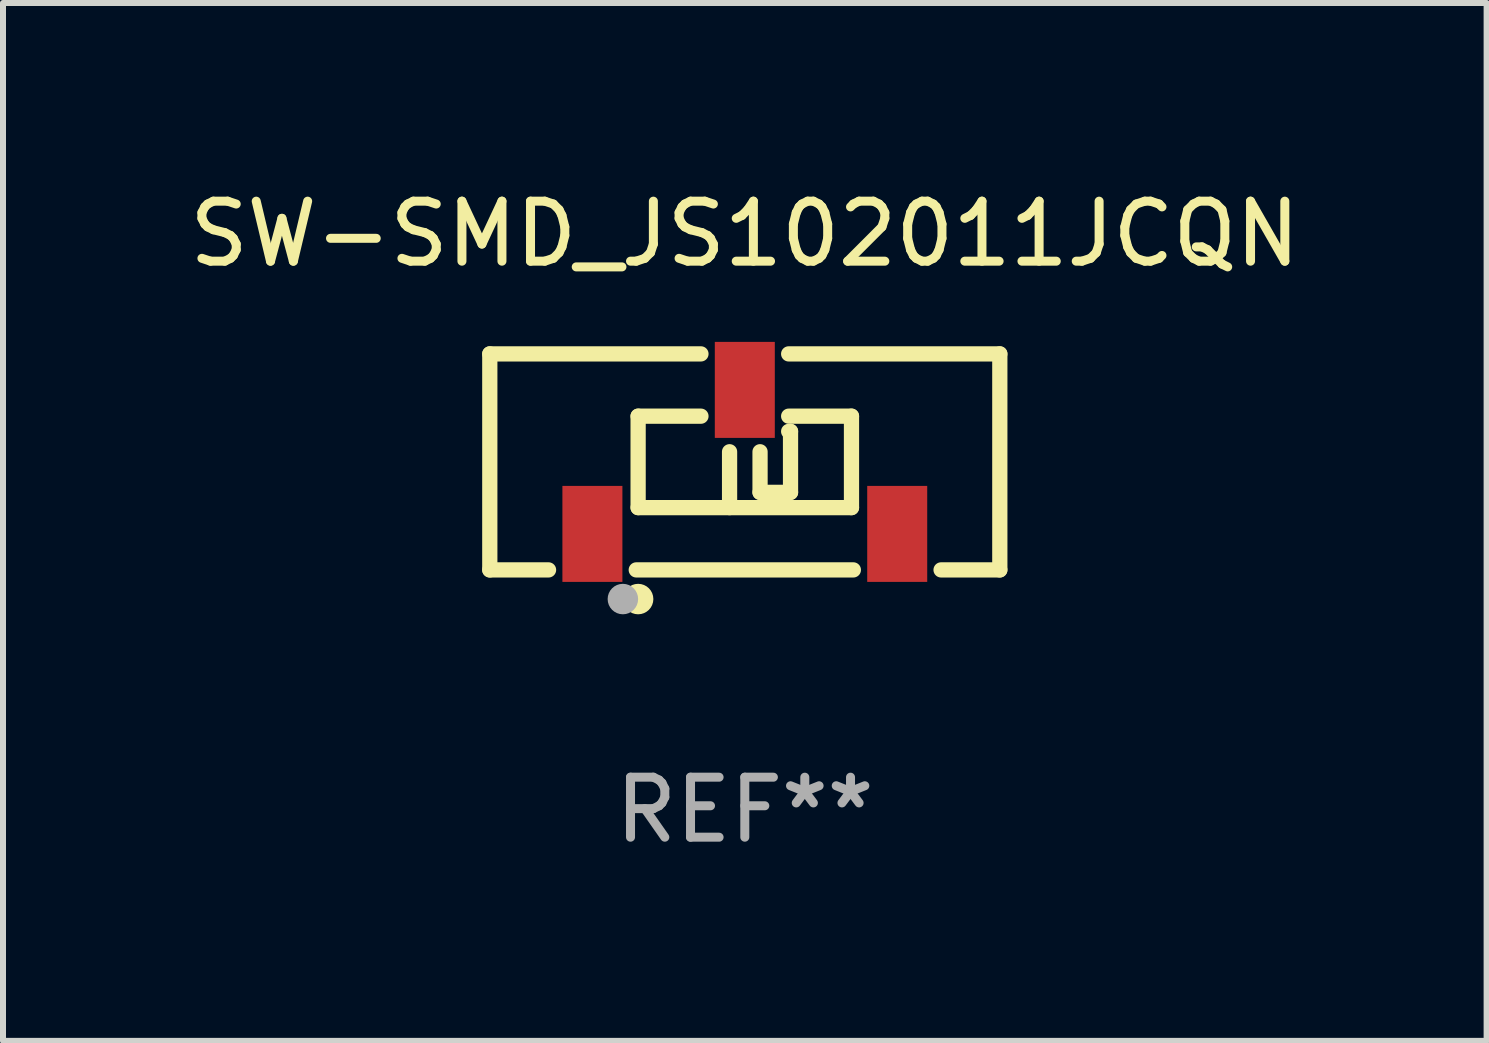
<source format=kicad_pcb>
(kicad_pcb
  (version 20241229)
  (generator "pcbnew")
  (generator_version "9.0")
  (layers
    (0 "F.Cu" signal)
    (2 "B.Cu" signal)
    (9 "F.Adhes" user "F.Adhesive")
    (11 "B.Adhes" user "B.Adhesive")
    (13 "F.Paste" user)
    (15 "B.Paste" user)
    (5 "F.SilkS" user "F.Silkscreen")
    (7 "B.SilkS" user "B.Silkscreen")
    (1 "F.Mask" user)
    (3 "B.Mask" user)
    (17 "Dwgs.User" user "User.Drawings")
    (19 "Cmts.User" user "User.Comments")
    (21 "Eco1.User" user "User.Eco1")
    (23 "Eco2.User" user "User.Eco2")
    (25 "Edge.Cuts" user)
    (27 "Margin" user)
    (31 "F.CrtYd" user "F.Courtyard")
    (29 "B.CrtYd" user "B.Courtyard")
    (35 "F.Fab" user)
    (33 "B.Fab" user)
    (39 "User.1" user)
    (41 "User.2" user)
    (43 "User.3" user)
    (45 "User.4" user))
  (footprint "SW-SMD_JS102011JCQN"
    (layer "F.Cu")
    (at 9.363 4.648)
    (property "Reference" "SW-SMD_JS102011JCQN" (at 0.000025 -3.8 0) (layer "F.SilkS") (effects (font (size 1 1) (thickness 0.15))))
    (attr smd)
    (fp_line (start -4.25 -1.8) (end -0.731 -1.8) (stroke (width 0.254) (type solid)) (layer "F.SilkS"))
    (fp_line (start -4.25 1.8) (end -4.25 -1.8) (stroke (width 0.254) (type solid)) (layer "F.SilkS"))
    (fp_line (start -3.271 1.8) (end -4.25 1.8) (stroke (width 0.254) (type solid)) (layer "F.SilkS"))
    (fp_line (start -1.778 -0.762) (end -0.731 -0.762) (stroke (width 0.254) (type solid)) (layer "F.SilkS"))
    (fp_line (start -1.778 0.762) (end -1.778 -0.762) (stroke (width 0.254) (type solid)) (layer "F.SilkS"))
    (fp_line (start -0.254 0.762) (end -0.254 -0.169) (stroke (width 0.254) (type solid)) (layer "F.SilkS"))
    (fp_line (start 0.254 0.508) (end 0.254 -0.169) (stroke (width 0.254) (type solid)) (layer "F.SilkS"))
    (fp_line (start 0.254 0.508) (end 0.762 0.508) (stroke (width 0.254) (type solid)) (layer "F.SilkS"))
    (fp_line (start 0.731 -1.8) (end 4.25 -1.8) (stroke (width 0.254) (type solid)) (layer "F.SilkS"))
    (fp_line (start 0.731 -0.762) (end 1.778 -0.762) (stroke (width 0.254) (type solid)) (layer "F.SilkS"))
    (fp_line (start 0.762 -0.508) (end 0.731 -0.508) (stroke (width 0.254) (type solid)) (layer "F.SilkS"))
    (fp_line (start 0.762 0.508) (end 0.762 -0.508) (stroke (width 0.254) (type solid)) (layer "F.SilkS"))
    (fp_line (start 1.778 -0.762) (end 1.778 0.762) (stroke (width 0.254) (type solid)) (layer "F.SilkS"))
    (fp_line (start 1.778 0.762) (end -1.778 0.762) (stroke (width 0.254) (type solid)) (layer "F.SilkS"))
    (fp_line (start 1.809 1.8) (end -1.809 1.8) (stroke (width 0.254) (type solid)) (layer "F.SilkS"))
    (fp_line (start 4.25 -1.8) (end 4.25 1.8) (stroke (width 0.254) (type solid)) (layer "F.SilkS"))
    (fp_line (start 4.25 1.8) (end 3.271 1.8) (stroke (width 0.254) (type solid)) (layer "F.SilkS"))
    (fp_circle (center -4.25 1.8) (end -4.22 1.8) (stroke (width 0.06) (type solid)) (fill no) (layer "F.SilkS"))
    (fp_circle (center -1.778 2.286) (end -1.651 2.286) (stroke (width 0.254) (type solid)) (fill no) (layer "F.SilkS"))
    (fp_circle (center -2.032 2.286) (end -1.905 2.286) (stroke (width 0.254) (type solid)) (fill no) (layer "F.Fab"))
    (fp_text user "REF**" (at 0.000025 5.8 0) (layer "F.Fab") (effects (font (size 1 1) (thickness 0.15))))
    (pad "1" smd rect (at -2.54 1.2) (size 1 1.6) (layers "F.Cu" "F.Mask" "F.Paste"))
    (pad "2" smd rect (at 0 -1.2) (size 1 1.6) (layers "F.Cu" "F.Mask" "F.Paste"))
    (pad "3" smd rect (at 2.54 1.2) (size 1 1.6) (layers "F.Cu" "F.Mask" "F.Paste")))
  (gr_rect
    (start -3 -3)
    (end 21.726 14.297)
    (stroke (width 0.1) (type default))
    (fill no)
    (layer "Edge.Cuts")))
</source>
